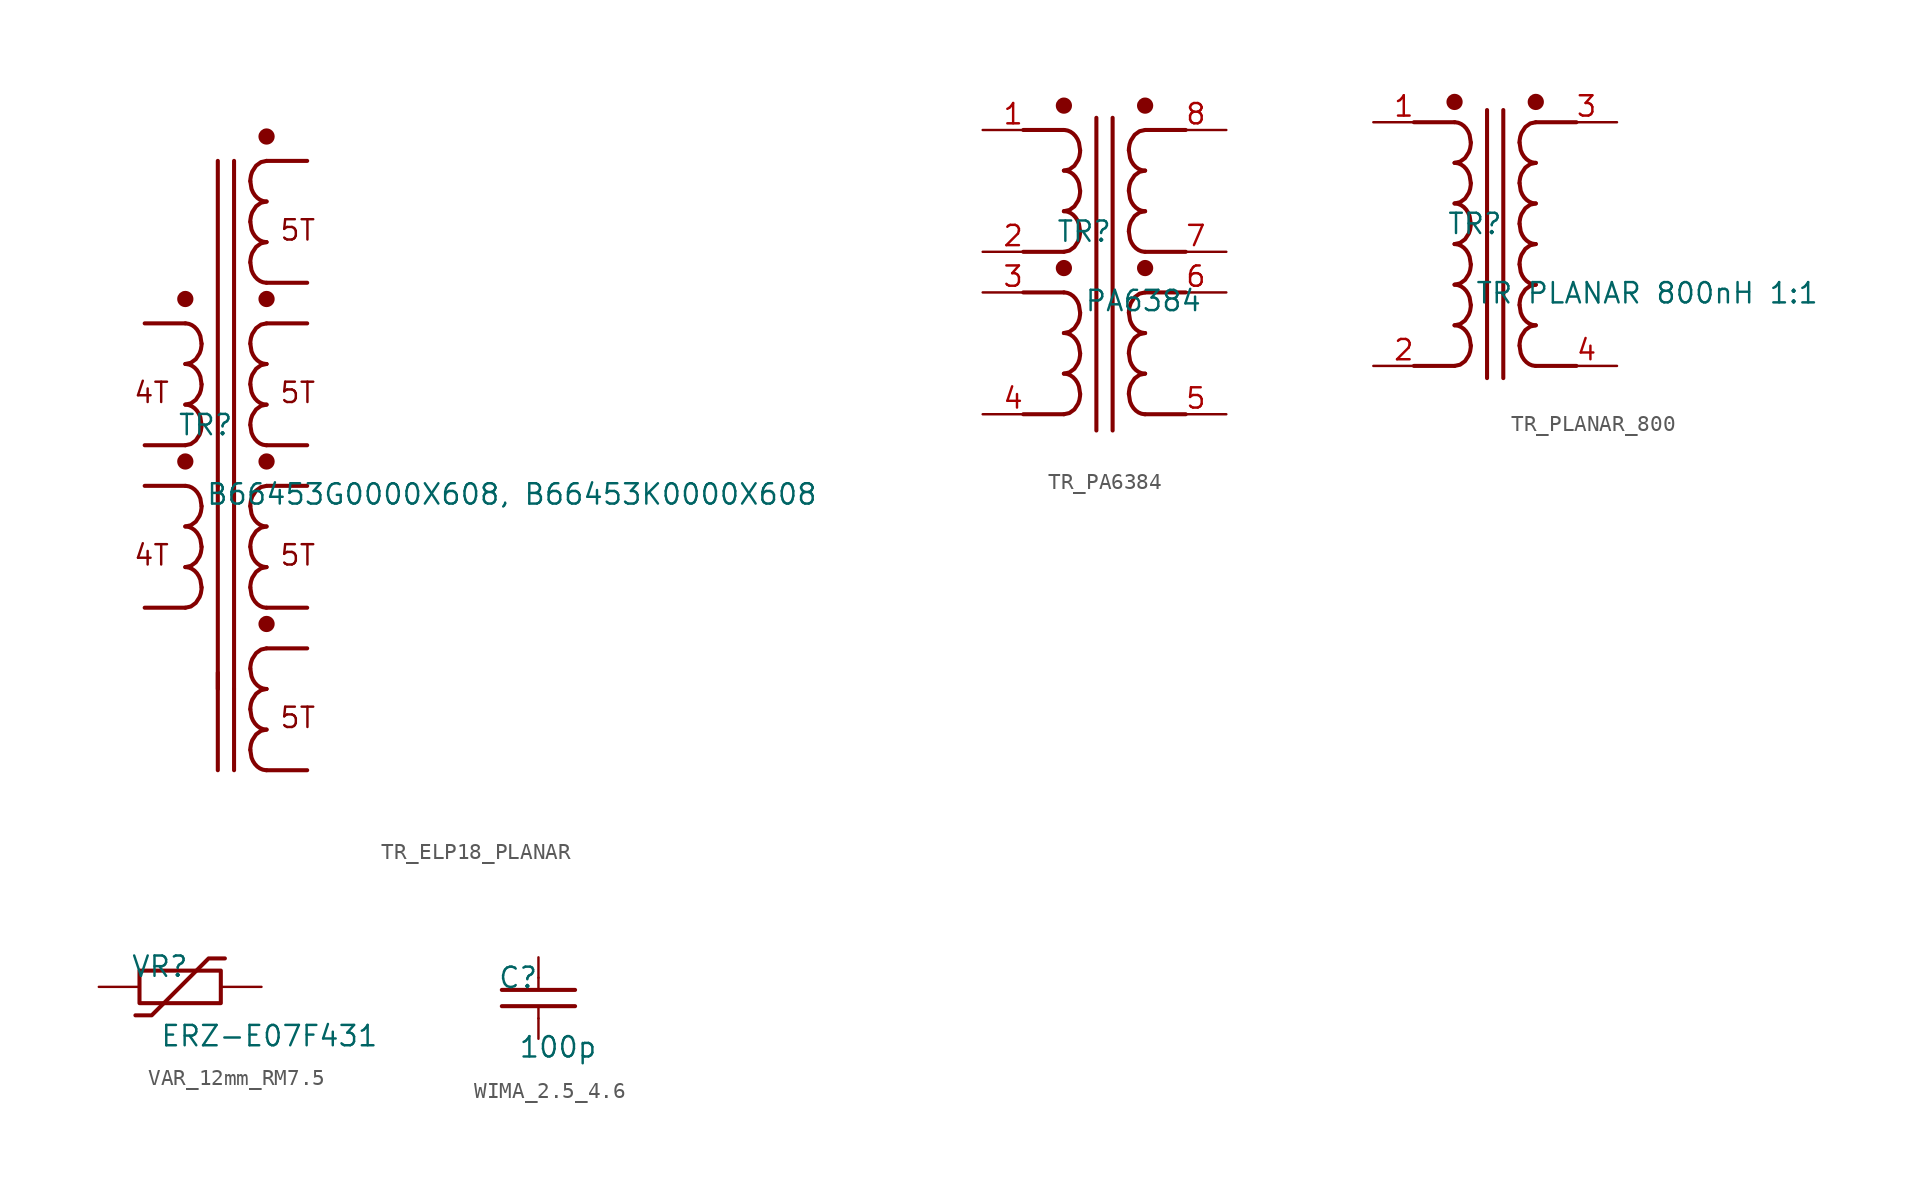
<source format=kicad_sym>
(kicad_symbol_lib
  (version 20231120)
  (generator "kicad_symbol_editor")
  (generator_version "8.0")
  (symbol "TR_ELP18_PLANAR"
    (property "Reference" "TR"
      (at -1.27 1.27 0)
      (effects (font (size 1.27 1.27))))
    (property "Value" "B66453G0000X608, B66453K0000X608"
      (at -1.27 -3.81 0)
      (effects (font (size 1.27 1.27)) (justify left bottom)))
    (symbol "TR_ELP18_PLANAR_1_0"
      (bezier (pts (xy -2.54 -10.16) (xy -1.979 -10.16) (xy -1.524 -9.591) (xy -1.524 -8.89)) (stroke (width 0.254) (type solid)) (fill (type none)))
      (bezier (pts (xy -2.54 -7.62) (xy -1.979 -7.62) (xy -1.524 -7.051) (xy -1.524 -6.35)) (stroke (width 0.254) (type solid)) (fill (type none)))
      (bezier (pts (xy -2.54 -5.08) (xy -1.979 -5.08) (xy -1.524 -4.511) (xy -1.524 -3.81)) (stroke (width 0.254) (type solid)) (fill (type none)))
      (circle (center -2.54 -1.016) (radius 0.254) (stroke (width 0.508) (type solid)) (fill (type none)))
      (bezier (pts (xy -2.54 0) (xy -1.979 0) (xy -1.524 0.569) (xy -1.524 1.27)) (stroke (width 0.254) (type solid)) (fill (type none)))
      (bezier (pts (xy -2.54 2.54) (xy -1.979 2.54) (xy -1.524 3.108) (xy -1.524 3.81)) (stroke (width 0.254) (type solid)) (fill (type none)))
      (bezier (pts (xy -2.54 5.08) (xy -1.979 5.08) (xy -1.524 5.649) (xy -1.524 6.35)) (stroke (width 0.254) (type solid)) (fill (type none)))
      (circle (center -2.54 9.144) (radius 0.254) (stroke (width 0.508) (type solid)) (fill (type none)))
      (bezier (pts (xy -1.524 -8.89) (xy -1.524 -8.188) (xy -1.979 -7.62) (xy -2.54 -7.62)) (stroke (width 0.254) (type solid)) (fill (type none)))
      (bezier (pts (xy -1.524 -6.35) (xy -1.524 -5.649) (xy -1.979 -5.08) (xy -2.54 -5.08)) (stroke (width 0.254) (type solid)) (fill (type none)))
      (bezier (pts (xy -1.524 -3.81) (xy -1.524 -3.108) (xy -1.979 -2.54) (xy -2.54 -2.54)) (stroke (width 0.254) (type solid)) (fill (type none)))
      (bezier (pts (xy -1.524 1.27) (xy -1.524 1.971) (xy -1.979 2.54) (xy -2.54 2.54)) (stroke (width 0.254) (type solid)) (fill (type none)))
      (bezier (pts (xy -1.524 3.81) (xy -1.524 4.511) (xy -1.979 5.08) (xy -2.54 5.08)) (stroke (width 0.254) (type solid)) (fill (type none)))
      (bezier (pts (xy -1.524 6.35) (xy -1.524 7.051) (xy -1.979 7.62) (xy -2.54 7.62)) (stroke (width 0.254) (type solid)) (fill (type none)))
      (polyline (pts (xy -2.54 -10.16) (xy -5.08 -10.16)) (stroke (width 0.254) (type solid)) (fill (type none)))
      (polyline (pts (xy -2.54 -2.54) (xy -5.08 -2.54)) (stroke (width 0.254) (type solid)) (fill (type none)))
      (polyline (pts (xy -2.54 0) (xy -5.08 0)) (stroke (width 0.254) (type solid)) (fill (type none)))
      (polyline (pts (xy -2.54 7.62) (xy -5.08 7.62)) (stroke (width 0.254) (type solid)) (fill (type none)))
      (polyline (pts (xy -0.508 -14.224) (xy -0.508 -20.32)) (stroke (width 0.254) (type solid)) (fill (type none)))
      (polyline (pts (xy -0.508 -2.54) (xy -0.508 -15.24)) (stroke (width 0.254) (type solid)) (fill (type none)))
      (polyline (pts (xy -0.508 -2.54) (xy -0.508 17.78)) (stroke (width 0.254) (type solid)) (fill (type none)))
      (polyline (pts (xy 0.508 -15.24) (xy 0.508 -20.32)) (stroke (width 0.254) (type solid)) (fill (type none)))
      (polyline (pts (xy 0.508 -2.54) (xy 0.508 -15.24)) (stroke (width 0.254) (type solid)) (fill (type none)))
      (polyline (pts (xy 0.508 -2.54) (xy 0.508 17.78)) (stroke (width 0.254) (type solid)) (fill (type none)))
      (polyline (pts (xy 2.54 -20.32) (xy 5.08 -20.32)) (stroke (width 0.254) (type solid)) (fill (type none)))
      (polyline (pts (xy 2.54 -12.7) (xy 5.08 -12.7)) (stroke (width 0.254) (type solid)) (fill (type none)))
      (polyline (pts (xy 2.54 -10.16) (xy 5.08 -10.16)) (stroke (width 0.254) (type solid)) (fill (type none)))
      (polyline (pts (xy 2.54 -2.54) (xy 5.08 -2.54)) (stroke (width 0.254) (type solid)) (fill (type none)))
      (polyline (pts (xy 2.54 0) (xy 5.08 0)) (stroke (width 0.254) (type solid)) (fill (type none)))
      (polyline (pts (xy 2.54 7.62) (xy 5.08 7.62)) (stroke (width 0.254) (type solid)) (fill (type none)))
      (polyline (pts (xy 2.54 10.16) (xy 5.08 10.16)) (stroke (width 0.254) (type solid)) (fill (type none)))
      (polyline (pts (xy 2.54 17.78) (xy 5.08 17.78)) (stroke (width 0.254) (type solid)) (fill (type none)))
      (bezier (pts (xy 1.524 -19.05) (xy 1.524 -19.751) (xy 1.979 -20.32) (xy 2.54 -20.32)) (stroke (width 0.254) (type solid)) (fill (type none)))
      (bezier (pts (xy 1.524 -16.51) (xy 1.524 -17.211) (xy 1.979 -17.78) (xy 2.54 -17.78)) (stroke (width 0.254) (type solid)) (fill (type none)))
      (bezier (pts (xy 1.524 -13.97) (xy 1.524 -14.671) (xy 1.979 -15.24) (xy 2.54 -15.24)) (stroke (width 0.254) (type solid)) (fill (type none)))
      (bezier (pts (xy 1.524 -8.89) (xy 1.524 -9.591) (xy 1.979 -10.16) (xy 2.54 -10.16)) (stroke (width 0.254) (type solid)) (fill (type none)))
      (bezier (pts (xy 1.524 -6.35) (xy 1.524 -7.051) (xy 1.979 -7.62) (xy 2.54 -7.62)) (stroke (width 0.254) (type solid)) (fill (type none)))
      (bezier (pts (xy 1.524 -3.81) (xy 1.524 -4.511) (xy 1.979 -5.08) (xy 2.54 -5.08)) (stroke (width 0.254) (type solid)) (fill (type none)))
      (bezier (pts (xy 1.524 1.27) (xy 1.524 0.569) (xy 1.979 0) (xy 2.54 0)) (stroke (width 0.254) (type solid)) (fill (type none)))
      (bezier (pts (xy 1.524 3.81) (xy 1.524 3.108) (xy 1.979 2.54) (xy 2.54 2.54)) (stroke (width 0.254) (type solid)) (fill (type none)))
      (bezier (pts (xy 1.524 6.35) (xy 1.524 5.649) (xy 1.979 5.08) (xy 2.54 5.08)) (stroke (width 0.254) (type solid)) (fill (type none)))
      (bezier (pts (xy 1.524 11.43) (xy 1.524 10.729) (xy 1.979 10.16) (xy 2.54 10.16)) (stroke (width 0.254) (type solid)) (fill (type none)))
      (bezier (pts (xy 1.524 13.97) (xy 1.524 13.268) (xy 1.979 12.7) (xy 2.54 12.7)) (stroke (width 0.254) (type solid)) (fill (type none)))
      (bezier (pts (xy 1.524 16.51) (xy 1.524 15.809) (xy 1.979 15.24) (xy 2.54 15.24)) (stroke (width 0.254) (type solid)) (fill (type none)))
      (bezier (pts (xy 2.54 -17.78) (xy 1.979 -17.78) (xy 1.524 -18.349) (xy 1.524 -19.05)) (stroke (width 0.254) (type solid)) (fill (type none)))
      (bezier (pts (xy 2.54 -15.24) (xy 1.979 -15.24) (xy 1.524 -15.809) (xy 1.524 -16.51)) (stroke (width 0.254) (type solid)) (fill (type none)))
      (bezier (pts (xy 2.54 -12.7) (xy 1.979 -12.7) (xy 1.524 -13.268) (xy 1.524 -13.97)) (stroke (width 0.254) (type solid)) (fill (type none)))
      (circle (center 2.54 -11.176) (radius 0.254) (stroke (width 0.508) (type solid)) (fill (type none)))
      (bezier (pts (xy 2.54 -7.62) (xy 1.979 -7.62) (xy 1.524 -8.188) (xy 1.524 -8.89)) (stroke (width 0.254) (type solid)) (fill (type none)))
      (bezier (pts (xy 2.54 -5.08) (xy 1.979 -5.08) (xy 1.524 -5.649) (xy 1.524 -6.35)) (stroke (width 0.254) (type solid)) (fill (type none)))
      (bezier (pts (xy 2.54 -2.54) (xy 1.979 -2.54) (xy 1.524 -3.108) (xy 1.524 -3.81)) (stroke (width 0.254) (type solid)) (fill (type none)))
      (circle (center 2.54 -1.016) (radius 0.254) (stroke (width 0.508) (type solid)) (fill (type none)))
      (bezier (pts (xy 2.54 2.54) (xy 1.979 2.54) (xy 1.524 1.971) (xy 1.524 1.27)) (stroke (width 0.254) (type solid)) (fill (type none)))
      (bezier (pts (xy 2.54 5.08) (xy 1.979 5.08) (xy 1.524 4.511) (xy 1.524 3.81)) (stroke (width 0.254) (type solid)) (fill (type none)))
      (bezier (pts (xy 2.54 7.62) (xy 1.979 7.62) (xy 1.524 7.051) (xy 1.524 6.35)) (stroke (width 0.254) (type solid)) (fill (type none)))
      (circle (center 2.54 9.144) (radius 0.254) (stroke (width 0.508) (type solid)) (fill (type none)))
      (bezier (pts (xy 2.54 12.7) (xy 1.979 12.7) (xy 1.524 12.131) (xy 1.524 11.43)) (stroke (width 0.254) (type solid)) (fill (type none)))
      (bezier (pts (xy 2.54 15.24) (xy 1.979 15.24) (xy 1.524 14.671) (xy 1.524 13.97)) (stroke (width 0.254) (type solid)) (fill (type none)))
      (bezier (pts (xy 2.54 17.78) (xy 1.979 17.78) (xy 1.524 17.211) (xy 1.524 16.51)) (stroke (width 0.254) (type solid)) (fill (type none)))
      (circle (center 2.54 19.304) (radius 0.254) (stroke (width 0.508) (type solid)) (fill (type none)))
      (text "4T" (at -5.842 -7.62 0) (effects (font (size 1.27 1.27)) (justify left bottom)))
      (text "4T" (at -5.842 2.54 0) (effects (font (size 1.27 1.27)) (justify left bottom)))
      (text "5T" (at 3.302 -17.78 0) (effects (font (size 1.27 1.27)) (justify left bottom)))
      (text "5T" (at 3.302 -7.62 0) (effects (font (size 1.27 1.27)) (justify left bottom)))
      (text "5T" (at 3.302 2.54 0) (effects (font (size 1.27 1.27)) (justify left bottom)))
      (text "5T" (at 3.302 12.7 0) (effects (font (size 1.27 1.27)) (justify left bottom)))))
  (symbol "TR_PA6384"
    (property "Reference" "TR"
      (at -1.27 1.27 0)
      (effects (font (size 1.27 1.27))))
    (property "Value" "PA6384"
      (at -1.27 -3.81 0)
      (effects (font (size 1.27 1.27)) (justify left bottom)))
    (symbol "TR_PA6384_1_0"
      (bezier (pts (xy -2.54 -10.16) (xy -1.979 -10.16) (xy -1.524 -9.591) (xy -1.524 -8.89)) (stroke (width 0.254) (type solid)) (fill (type none)))
      (bezier (pts (xy -2.54 -7.62) (xy -1.979 -7.62) (xy -1.524 -7.051) (xy -1.524 -6.35)) (stroke (width 0.254) (type solid)) (fill (type none)))
      (bezier (pts (xy -2.54 -5.08) (xy -1.979 -5.08) (xy -1.524 -4.511) (xy -1.524 -3.81)) (stroke (width 0.254) (type solid)) (fill (type none)))
      (circle (center -2.54 -1.016) (radius 0.254) (stroke (width 0.508) (type solid)) (fill (type none)))
      (bezier (pts (xy -2.54 0) (xy -1.979 0) (xy -1.524 0.569) (xy -1.524 1.27)) (stroke (width 0.254) (type solid)) (fill (type none)))
      (bezier (pts (xy -2.54 2.54) (xy -1.979 2.54) (xy -1.524 3.108) (xy -1.524 3.81)) (stroke (width 0.254) (type solid)) (fill (type none)))
      (bezier (pts (xy -2.54 5.08) (xy -1.979 5.08) (xy -1.524 5.649) (xy -1.524 6.35)) (stroke (width 0.254) (type solid)) (fill (type none)))
      (circle (center -2.54 9.144) (radius 0.254) (stroke (width 0.508) (type solid)) (fill (type none)))
      (bezier (pts (xy -1.524 -8.89) (xy -1.524 -8.188) (xy -1.979 -7.62) (xy -2.54 -7.62)) (stroke (width 0.254) (type solid)) (fill (type none)))
      (bezier (pts (xy -1.524 -6.35) (xy -1.524 -5.649) (xy -1.979 -5.08) (xy -2.54 -5.08)) (stroke (width 0.254) (type solid)) (fill (type none)))
      (bezier (pts (xy -1.524 -3.81) (xy -1.524 -3.108) (xy -1.979 -2.54) (xy -2.54 -2.54)) (stroke (width 0.254) (type solid)) (fill (type none)))
      (bezier (pts (xy -1.524 1.27) (xy -1.524 1.971) (xy -1.979 2.54) (xy -2.54 2.54)) (stroke (width 0.254) (type solid)) (fill (type none)))
      (bezier (pts (xy -1.524 3.81) (xy -1.524 4.511) (xy -1.979 5.08) (xy -2.54 5.08)) (stroke (width 0.254) (type solid)) (fill (type none)))
      (bezier (pts (xy -1.524 6.35) (xy -1.524 7.051) (xy -1.979 7.62) (xy -2.54 7.62)) (stroke (width 0.254) (type solid)) (fill (type none)))
      (polyline (pts (xy -2.54 -10.16) (xy -5.08 -10.16)) (stroke (width 0.254) (type solid)) (fill (type none)))
      (polyline (pts (xy -2.54 -2.54) (xy -5.08 -2.54)) (stroke (width 0.254) (type solid)) (fill (type none)))
      (polyline (pts (xy -2.54 0) (xy -5.08 0)) (stroke (width 0.254) (type solid)) (fill (type none)))
      (polyline (pts (xy -2.54 7.62) (xy -5.08 7.62)) (stroke (width 0.254) (type solid)) (fill (type none)))
      (polyline (pts (xy -0.508 -11.176) (xy -0.508 8.382)) (stroke (width 0.254) (type solid)) (fill (type none)))
      (polyline (pts (xy 0.508 -11.176) (xy 0.508 8.382)) (stroke (width 0.254) (type solid)) (fill (type none)))
      (polyline (pts (xy 2.54 -10.16) (xy 5.08 -10.16)) (stroke (width 0.254) (type solid)) (fill (type none)))
      (polyline (pts (xy 2.54 -2.54) (xy 5.08 -2.54)) (stroke (width 0.254) (type solid)) (fill (type none)))
      (polyline (pts (xy 2.54 0) (xy 5.08 0)) (stroke (width 0.254) (type solid)) (fill (type none)))
      (polyline (pts (xy 2.54 7.62) (xy 5.08 7.62)) (stroke (width 0.254) (type solid)) (fill (type none)))
      (bezier (pts (xy 1.524 -8.89) (xy 1.524 -9.591) (xy 1.979 -10.16) (xy 2.54 -10.16)) (stroke (width 0.254) (type solid)) (fill (type none)))
      (bezier (pts (xy 1.524 -6.35) (xy 1.524 -7.051) (xy 1.979 -7.62) (xy 2.54 -7.62)) (stroke (width 0.254) (type solid)) (fill (type none)))
      (bezier (pts (xy 1.524 -3.81) (xy 1.524 -4.511) (xy 1.979 -5.08) (xy 2.54 -5.08)) (stroke (width 0.254) (type solid)) (fill (type none)))
      (bezier (pts (xy 1.524 1.27) (xy 1.524 0.569) (xy 1.979 0) (xy 2.54 0)) (stroke (width 0.254) (type solid)) (fill (type none)))
      (bezier (pts (xy 1.524 3.81) (xy 1.524 3.108) (xy 1.979 2.54) (xy 2.54 2.54)) (stroke (width 0.254) (type solid)) (fill (type none)))
      (bezier (pts (xy 1.524 6.35) (xy 1.524 5.649) (xy 1.979 5.08) (xy 2.54 5.08)) (stroke (width 0.254) (type solid)) (fill (type none)))
      (bezier (pts (xy 2.54 -7.62) (xy 1.979 -7.62) (xy 1.524 -8.188) (xy 1.524 -8.89)) (stroke (width 0.254) (type solid)) (fill (type none)))
      (bezier (pts (xy 2.54 -5.08) (xy 1.979 -5.08) (xy 1.524 -5.649) (xy 1.524 -6.35)) (stroke (width 0.254) (type solid)) (fill (type none)))
      (bezier (pts (xy 2.54 -2.54) (xy 1.979 -2.54) (xy 1.524 -3.108) (xy 1.524 -3.81)) (stroke (width 0.254) (type solid)) (fill (type none)))
      (circle (center 2.54 -1.016) (radius 0.254) (stroke (width 0.508) (type solid)) (fill (type none)))
      (bezier (pts (xy 2.54 2.54) (xy 1.979 2.54) (xy 1.524 1.971) (xy 1.524 1.27)) (stroke (width 0.254) (type solid)) (fill (type none)))
      (bezier (pts (xy 2.54 5.08) (xy 1.979 5.08) (xy 1.524 4.511) (xy 1.524 3.81)) (stroke (width 0.254) (type solid)) (fill (type none)))
      (bezier (pts (xy 2.54 7.62) (xy 1.979 7.62) (xy 1.524 7.051) (xy 1.524 6.35)) (stroke (width 0.254) (type solid)) (fill (type none)))
      (circle (center 2.54 9.144) (radius 0.254) (stroke (width 0.508) (type solid)) (fill (type none)))
      (pin passive line (at -7.62 7.62 0) (length 3.81) (name "13" (effects (font (size 0 0)))) (number "1" (effects (font (size 1.27 1.27)))))
      (pin passive line (at -7.62 0 0) (length 3.81) (name "14" (effects (font (size 0 0)))) (number "2" (effects (font (size 1.27 1.27)))))
      (pin passive line (at -7.62 -2.54 0) (length 3.81) (name "15" (effects (font (size 0 0)))) (number "3" (effects (font (size 1.27 1.27)))))
      (pin passive line (at -7.62 -10.16 0) (length 3.81) (name "16" (effects (font (size 0 0)))) (number "4" (effects (font (size 1.27 1.27)))))
      (pin passive line (at 7.62 -10.16 180) (length 3.81) (name "17" (effects (font (size 0 0)))) (number "5" (effects (font (size 1.27 1.27)))))
      (pin passive line (at 7.62 -2.54 180) (length 3.81) (name "18" (effects (font (size 0 0)))) (number "6" (effects (font (size 1.27 1.27)))))
      (pin passive line (at 7.62 0 180) (length 3.81) (name "19" (effects (font (size 0 0)))) (number "7" (effects (font (size 1.27 1.27)))))
      (pin passive line (at 7.62 7.62 180) (length 3.81) (name "20" (effects (font (size 0 0)))) (number "8" (effects (font (size 1.27 1.27)))))))
  (symbol "TR_PLANAR_800"
    (property "Reference" "TR"
      (at -1.27 1.27 0)
      (effects (font (size 1.27 1.27))))
    (property "Value" "TR PLANAR 800nH 1:1"
      (at -1.27 -3.81 0)
      (effects (font (size 1.27 1.27)) (justify left bottom)))
    (symbol "TR_PLANAR_800_1_0"
      (bezier (pts (xy -2.54 -7.62) (xy -1.979 -7.62) (xy -1.524 -7.051) (xy -1.524 -6.35)) (stroke (width 0.254) (type solid)) (fill (type none)))
      (bezier (pts (xy -2.54 -5.08) (xy -1.979 -5.08) (xy -1.524 -4.511) (xy -1.524 -3.81)) (stroke (width 0.254) (type solid)) (fill (type none)))
      (bezier (pts (xy -2.54 -2.54) (xy -1.979 -2.54) (xy -1.524 -1.971) (xy -1.524 -1.27)) (stroke (width 0.254) (type solid)) (fill (type none)))
      (bezier (pts (xy -2.54 0) (xy -1.979 0) (xy -1.524 0.569) (xy -1.524 1.27)) (stroke (width 0.254) (type solid)) (fill (type none)))
      (bezier (pts (xy -2.54 2.54) (xy -1.979 2.54) (xy -1.524 3.108) (xy -1.524 3.81)) (stroke (width 0.254) (type solid)) (fill (type none)))
      (bezier (pts (xy -2.54 5.08) (xy -1.979 5.08) (xy -1.524 5.649) (xy -1.524 6.35)) (stroke (width 0.254) (type solid)) (fill (type none)))
      (circle (center -2.54 8.89) (radius 0.254) (stroke (width 0.508) (type solid)) (fill (type none)))
      (bezier (pts (xy -1.524 -6.35) (xy -1.524 -5.649) (xy -1.979 -5.08) (xy -2.54 -5.08)) (stroke (width 0.254) (type solid)) (fill (type none)))
      (bezier (pts (xy -1.524 -3.81) (xy -1.524 -3.108) (xy -1.979 -2.54) (xy -2.54 -2.54)) (stroke (width 0.254) (type solid)) (fill (type none)))
      (bezier (pts (xy -1.524 -1.27) (xy -1.524 -0.569) (xy -1.979 0) (xy -2.54 0)) (stroke (width 0.254) (type solid)) (fill (type none)))
      (bezier (pts (xy -1.524 1.27) (xy -1.524 1.971) (xy -1.979 2.54) (xy -2.54 2.54)) (stroke (width 0.254) (type solid)) (fill (type none)))
      (bezier (pts (xy -1.524 3.81) (xy -1.524 4.511) (xy -1.979 5.08) (xy -2.54 5.08)) (stroke (width 0.254) (type solid)) (fill (type none)))
      (bezier (pts (xy -1.524 6.35) (xy -1.524 7.051) (xy -1.979 7.62) (xy -2.54 7.62)) (stroke (width 0.254) (type solid)) (fill (type none)))
      (polyline (pts (xy -2.54 -7.62) (xy -5.08 -7.62)) (stroke (width 0.254) (type solid)) (fill (type none)))
      (polyline (pts (xy -2.54 7.62) (xy -5.08 7.62)) (stroke (width 0.254) (type solid)) (fill (type none)))
      (polyline (pts (xy -0.508 -8.382) (xy -0.508 8.382)) (stroke (width 0.254) (type solid)) (fill (type none)))
      (polyline (pts (xy 0.508 -8.382) (xy 0.508 8.382)) (stroke (width 0.254) (type solid)) (fill (type none)))
      (polyline (pts (xy 2.54 -7.62) (xy 5.08 -7.62)) (stroke (width 0.254) (type solid)) (fill (type none)))
      (polyline (pts (xy 2.54 7.62) (xy 5.08 7.62)) (stroke (width 0.254) (type solid)) (fill (type none)))
      (bezier (pts (xy 1.524 -6.35) (xy 1.524 -7.051) (xy 1.979 -7.62) (xy 2.54 -7.62)) (stroke (width 0.254) (type solid)) (fill (type none)))
      (bezier (pts (xy 1.524 -3.81) (xy 1.524 -4.511) (xy 1.979 -5.08) (xy 2.54 -5.08)) (stroke (width 0.254) (type solid)) (fill (type none)))
      (bezier (pts (xy 1.524 -1.27) (xy 1.524 -1.971) (xy 1.979 -2.54) (xy 2.54 -2.54)) (stroke (width 0.254) (type solid)) (fill (type none)))
      (bezier (pts (xy 1.524 1.27) (xy 1.524 0.569) (xy 1.979 0) (xy 2.54 0)) (stroke (width 0.254) (type solid)) (fill (type none)))
      (bezier (pts (xy 1.524 3.81) (xy 1.524 3.108) (xy 1.979 2.54) (xy 2.54 2.54)) (stroke (width 0.254) (type solid)) (fill (type none)))
      (bezier (pts (xy 1.524 6.35) (xy 1.524 5.649) (xy 1.979 5.08) (xy 2.54 5.08)) (stroke (width 0.254) (type solid)) (fill (type none)))
      (bezier (pts (xy 2.54 -5.08) (xy 1.979 -5.08) (xy 1.524 -5.649) (xy 1.524 -6.35)) (stroke (width 0.254) (type solid)) (fill (type none)))
      (bezier (pts (xy 2.54 -2.54) (xy 1.979 -2.54) (xy 1.524 -3.108) (xy 1.524 -3.81)) (stroke (width 0.254) (type solid)) (fill (type none)))
      (bezier (pts (xy 2.54 0) (xy 1.979 0) (xy 1.524 -0.569) (xy 1.524 -1.27)) (stroke (width 0.254) (type solid)) (fill (type none)))
      (bezier (pts (xy 2.54 2.54) (xy 1.979 2.54) (xy 1.524 1.971) (xy 1.524 1.27)) (stroke (width 0.254) (type solid)) (fill (type none)))
      (bezier (pts (xy 2.54 5.08) (xy 1.979 5.08) (xy 1.524 4.511) (xy 1.524 3.81)) (stroke (width 0.254) (type solid)) (fill (type none)))
      (bezier (pts (xy 2.54 7.62) (xy 1.979 7.62) (xy 1.524 7.051) (xy 1.524 6.35)) (stroke (width 0.254) (type solid)) (fill (type none)))
      (circle (center 2.54 8.89) (radius 0.254) (stroke (width 0.508) (type solid)) (fill (type none)))
      (pin passive line (at -7.62 7.62 0) (length 3.81) (name "13" (effects (font (size 0 0)))) (number "1" (effects (font (size 1.27 1.27)))))
      (pin passive line (at -7.62 -7.62 0) (length 3.81) (name "14" (effects (font (size 0 0)))) (number "2" (effects (font (size 1.27 1.27)))))
      (pin passive line (at 7.62 7.62 180) (length 3.81) (name "20" (effects (font (size 0 0)))) (number "3" (effects (font (size 1.27 1.27)))))
      (pin passive line (at 7.62 -7.62 180) (length 3.81) (name "17" (effects (font (size 0 0)))) (number "4" (effects (font (size 1.27 1.27)))))))
  (symbol "VAR_12mm_RM7.5"
    (property "Reference" "VR"
      (at -1.27 1.27 0)
      (effects (font (size 1.27 1.27))))
    (property "Value" "ERZ-E07F431"
      (at -1.27 -3.81 0)
      (effects (font (size 1.27 1.27)) (justify left bottom)))
    (symbol "VAR_12mm_RM7.5_1_0"
      (rectangle (start -2.54 1.016) (end 2.54 -1.016) (stroke (width 0.254) (type solid)) (fill (type none)))
      (polyline (pts (xy 2.794 1.778) (xy 1.778 1.778) (xy -1.778 -1.778) (xy -2.794 -1.778)) (stroke (width 0.254) (type solid)) (fill (type none)))
      (pin passive line (at -5.08 0 0) (length 2.54) (name "1" (effects (font (size 0 0)))) (number "1" (effects (font (size 0 0)))))
      (pin passive line (at 5.08 0 180) (length 2.54) (name "2" (effects (font (size 0 0)))) (number "2" (effects (font (size 0 0)))))))
  (symbol "WIMA_2.5_4.6"
    (property "Reference" "C"
      (at -1.27 1.27 0)
      (effects (font (size 1.27 1.27))))
    (property "Value" "100p"
      (at -1.27 -3.81 0)
      (effects (font (size 1.27 1.27)) (justify left bottom)))
    (symbol "WIMA_2.5_4.6_1_0"
      (polyline (pts (xy -2.286 -0.508) (xy 2.286 -0.508)) (stroke (width 0.254) (type solid)) (fill (type none)))
      (polyline (pts (xy -2.286 0.508) (xy 2.286 0.508)) (stroke (width 0.254) (type solid)) (fill (type none)))
      (polyline (pts (xy 0 -0.508) (xy 0 -1.27)) (stroke (width 0) (type solid)) (fill (type none)))
      (polyline (pts (xy 0 1.27) (xy 0 0.508)) (stroke (width 0) (type solid)) (fill (type none)))
      (pin passive line (at 0 2.54 270) (length 1.27) (name "" (effects (font (size 0 0)))) (number "1" (effects (font (size 0 0)))))
      (pin passive line (at 0 -2.54 90) (length 1.27) (name "" (effects (font (size 0 0)))) (number "2" (effects (font (size 0 0))))))))
</source>
